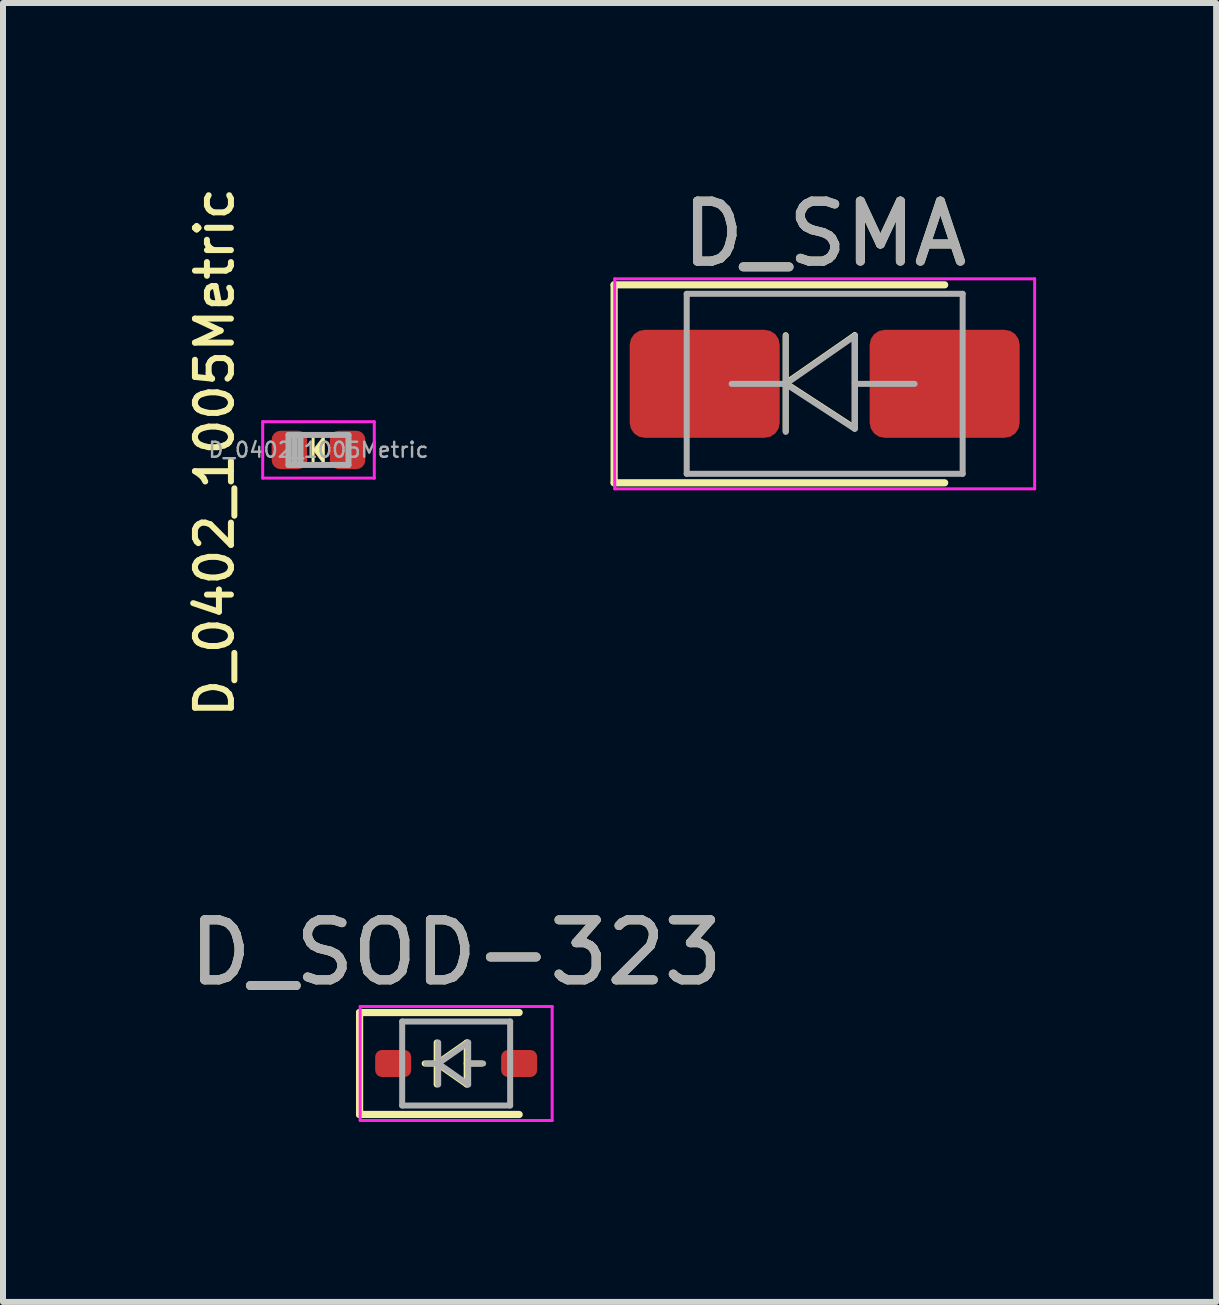
<source format=kicad_pcb>
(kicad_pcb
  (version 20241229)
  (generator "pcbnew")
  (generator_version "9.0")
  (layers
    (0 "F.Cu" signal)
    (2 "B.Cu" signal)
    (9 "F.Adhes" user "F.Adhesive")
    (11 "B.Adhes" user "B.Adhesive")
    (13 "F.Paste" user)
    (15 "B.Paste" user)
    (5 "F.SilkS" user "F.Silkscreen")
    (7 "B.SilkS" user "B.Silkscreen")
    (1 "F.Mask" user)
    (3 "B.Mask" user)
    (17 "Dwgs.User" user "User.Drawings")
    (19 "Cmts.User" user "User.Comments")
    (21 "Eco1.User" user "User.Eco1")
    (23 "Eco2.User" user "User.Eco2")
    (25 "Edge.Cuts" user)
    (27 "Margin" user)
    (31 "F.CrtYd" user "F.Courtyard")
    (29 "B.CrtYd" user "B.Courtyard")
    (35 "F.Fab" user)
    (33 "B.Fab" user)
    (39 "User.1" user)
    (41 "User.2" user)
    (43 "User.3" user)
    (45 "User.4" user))
  (footprint "D_0402_1005Metric"
    (layer "F.Cu")
    (at 2.259 4.45)
    (property "Reference" "D_0402_1005Metric" (at -1.732 0.04 90) (layer "F.SilkS") (effects (font (size 0.6 0.6) (thickness 0.1) (bold yes))))
    (attr smd)
    (fp_line (start -0.09 -0.25) (end -0.09 0.25) (stroke (width 0.05) (type default)) (layer "F.SilkS"))
    (fp_poly (pts (xy 0.1 -0.25) (xy -0.09 0) (xy 0.1 0.25)) (stroke (width 0.01) (type solid)) (fill yes) (layer "F.SilkS"))
    (fp_line (start -0.93 -0.47) (end 0.93 -0.47) (stroke (width 0.05) (type solid)) (layer "F.CrtYd"))
    (fp_line (start -0.93 0.47) (end -0.93 -0.47) (stroke (width 0.05) (type solid)) (layer "F.CrtYd"))
    (fp_line (start 0.93 -0.47) (end 0.93 0.47) (stroke (width 0.05) (type solid)) (layer "F.CrtYd"))
    (fp_line (start 0.93 0.47) (end -0.93 0.47) (stroke (width 0.05) (type solid)) (layer "F.CrtYd"))
    (fp_line (start -0.5 -0.25) (end 0.5 -0.25) (stroke (width 0.1) (type solid)) (layer "F.Fab"))
    (fp_line (start -0.5 0.25) (end -0.5 -0.25) (stroke (width 0.1) (type solid)) (layer "F.Fab"))
    (fp_line (start -0.4 0.25) (end -0.4 -0.25) (stroke (width 0.1) (type solid)) (layer "F.Fab"))
    (fp_line (start -0.3 0.25) (end -0.3 -0.25) (stroke (width 0.1) (type solid)) (layer "F.Fab"))
    (fp_line (start 0.5 -0.25) (end 0.5 0.25) (stroke (width 0.1) (type solid)) (layer "F.Fab"))
    (fp_line (start 0.5 0.25) (end -0.5 0.25) (stroke (width 0.1) (type solid)) (layer "F.Fab"))
    (fp_text user "${REFERENCE}" (at 0 0 0) (layer "F.Fab") (effects (font (size 0.25 0.25) (thickness 0.04))))
    (pad "1" smd roundrect (at -0.485 0) (size 0.59 0.64) (layers "F.Cu" "F.Mask" "F.Paste") (roundrect_rratio 0.25))
    (pad "2" smd roundrect (at 0.485 0) (size 0.59 0.64) (layers "F.Cu" "F.Mask" "F.Paste") (roundrect_rratio 0.25)))
  (footprint "D_SMA"
    (layer "F.Cu")
    (at 10.697 3.348)
    (property "Reference" "D_SMA" (at 0 -2.5 0) (layer "F.SilkS") (effects (font (size 1 1) (thickness 0.15))))
    (attr smd)
    (fp_line (start -3.51 -1.65) (end -3.51 1.65) (stroke (width 0.12) (type solid)) (layer "F.SilkS"))
    (fp_line (start -3.51 -1.65) (end 2 -1.65) (stroke (width 0.12) (type solid)) (layer "F.SilkS"))
    (fp_line (start -3.51 1.65) (end 2 1.65) (stroke (width 0.12) (type solid)) (layer "F.SilkS"))
    (fp_line (start -0.65 -0.81) (end -0.65 0.79) (stroke (width 0.1) (type solid)) (layer "F.SilkS"))
    (fp_line (start -0.65 -0.01) (end 0.501 -0.81) (stroke (width 0.1) (type solid)) (layer "F.SilkS"))
    (fp_line (start -0.65 -0.01) (end 0.501 0.739) (stroke (width 0.1) (type solid)) (layer "F.SilkS"))
    (fp_line (start 0.501 0.739) (end 0.501 -0.81) (stroke (width 0.1) (type solid)) (layer "F.SilkS"))
    (fp_line (start -3.5 -1.75) (end 3.5 -1.75) (stroke (width 0.05) (type solid)) (layer "F.CrtYd"))
    (fp_line (start -3.5 1.75) (end -3.5 -1.75) (stroke (width 0.05) (type solid)) (layer "F.CrtYd"))
    (fp_line (start 3.5 -1.75) (end 3.5 1.75) (stroke (width 0.05) (type solid)) (layer "F.CrtYd"))
    (fp_line (start 3.5 1.75) (end -3.5 1.75) (stroke (width 0.05) (type solid)) (layer "F.CrtYd"))
    (fp_line (start -2.3 1.5) (end -2.3 -1.5) (stroke (width 0.1) (type solid)) (layer "F.Fab"))
    (fp_line (start -0.649 -0.799) (end -0.649 0.801) (stroke (width 0.1) (type solid)) (layer "F.Fab"))
    (fp_line (start -0.649 0.001) (end -1.551 0.001) (stroke (width 0.1) (type solid)) (layer "F.Fab"))
    (fp_line (start -0.649 0.001) (end 0.501 -0.799) (stroke (width 0.1) (type solid)) (layer "F.Fab"))
    (fp_line (start -0.649 0.001) (end 0.501 0.75) (stroke (width 0.1) (type solid)) (layer "F.Fab"))
    (fp_line (start 0.501 0.001) (end 1.499 0.001) (stroke (width 0.1) (type solid)) (layer "F.Fab"))
    (fp_line (start 0.501 0.75) (end 0.501 -0.799) (stroke (width 0.1) (type solid)) (layer "F.Fab"))
    (fp_line (start 2.3 -1.5) (end -2.3 -1.5) (stroke (width 0.1) (type solid)) (layer "F.Fab"))
    (fp_line (start 2.3 -1.5) (end 2.3 1.5) (stroke (width 0.1) (type solid)) (layer "F.Fab"))
    (fp_line (start 2.3 1.5) (end -2.3 1.5) (stroke (width 0.1) (type solid)) (layer "F.Fab"))
    (fp_text user "${REFERENCE}" (at 0 -2.5 0) (layer "F.Fab") (effects (font (size 1 1) (thickness 0.15))))
    (pad "1" smd roundrect (at -2 0) (size 2.5 1.8) (layers "F.Cu" "F.Mask" "F.Paste") (roundrect_rratio 0.139))
    (pad "2" smd roundrect (at 2 0) (size 2.5 1.8) (layers "F.Cu" "F.Mask" "F.Paste") (roundrect_rratio 0.139)))
  (footprint "D_SOD-323"
    (layer "F.Cu")
    (at 4.554 14.678)
    (property "Reference" "D_SOD-323" (at 0 -1.85 0) (layer "F.SilkS") (effects (font (size 1 1) (thickness 0.15))))
    (attr smd)
    (fp_line (start -1.61 -0.85) (end -1.61 0.85) (stroke (width 0.12) (type solid)) (layer "F.SilkS"))
    (fp_line (start -1.61 -0.85) (end 1.05 -0.85) (stroke (width 0.12) (type solid)) (layer "F.SilkS"))
    (fp_line (start -1.61 0.85) (end 1.05 0.85) (stroke (width 0.12) (type solid)) (layer "F.SilkS"))
    (fp_line (start -0.325 -0.35) (end -0.325 0.35) (stroke (width 0.1) (type solid)) (layer "F.SilkS"))
    (fp_line (start -0.325 0) (end -0.525 0) (stroke (width 0.1) (type solid)) (layer "F.SilkS"))
    (fp_line (start -0.325 0) (end 0.175 -0.35) (stroke (width 0.1) (type solid)) (layer "F.SilkS"))
    (fp_line (start 0.175 -0.35) (end 0.175 0.35) (stroke (width 0.1) (type solid)) (layer "F.SilkS"))
    (fp_line (start 0.175 0) (end 0.425 0) (stroke (width 0.1) (type solid)) (layer "F.SilkS"))
    (fp_line (start 0.175 0.35) (end -0.325 0) (stroke (width 0.1) (type solid)) (layer "F.SilkS"))
    (fp_line (start -1.6 -0.95) (end -1.6 0.95) (stroke (width 0.05) (type solid)) (layer "F.CrtYd"))
    (fp_line (start -1.6 -0.95) (end 1.6 -0.95) (stroke (width 0.05) (type solid)) (layer "F.CrtYd"))
    (fp_line (start -1.6 0.95) (end 1.6 0.95) (stroke (width 0.05) (type solid)) (layer "F.CrtYd"))
    (fp_line (start 1.6 -0.95) (end 1.6 0.95) (stroke (width 0.05) (type solid)) (layer "F.CrtYd"))
    (fp_line (start -0.9 -0.7) (end 0.9 -0.7) (stroke (width 0.1) (type solid)) (layer "F.Fab"))
    (fp_line (start -0.9 0.7) (end -0.9 -0.7) (stroke (width 0.1) (type solid)) (layer "F.Fab"))
    (fp_line (start -0.3 -0.35) (end -0.3 0.35) (stroke (width 0.1) (type solid)) (layer "F.Fab"))
    (fp_line (start -0.3 0) (end -0.5 0) (stroke (width 0.1) (type solid)) (layer "F.Fab"))
    (fp_line (start -0.3 0) (end 0.2 -0.35) (stroke (width 0.1) (type solid)) (layer "F.Fab"))
    (fp_line (start 0.2 -0.35) (end 0.2 0.35) (stroke (width 0.1) (type solid)) (layer "F.Fab"))
    (fp_line (start 0.2 0) (end 0.45 0) (stroke (width 0.1) (type solid)) (layer "F.Fab"))
    (fp_line (start 0.2 0.35) (end -0.3 0) (stroke (width 0.1) (type solid)) (layer "F.Fab"))
    (fp_line (start 0.9 -0.7) (end 0.9 0.7) (stroke (width 0.1) (type solid)) (layer "F.Fab"))
    (fp_line (start 0.9 0.7) (end -0.9 0.7) (stroke (width 0.1) (type solid)) (layer "F.Fab"))
    (fp_text user "${REFERENCE}" (at 0 -1.85 0) (layer "F.Fab") (effects (font (size 1 1) (thickness 0.15))))
    (pad "1" smd roundrect (at -1.05 0) (size 0.6 0.45) (layers "F.Cu" "F.Mask" "F.Paste") (roundrect_rratio 0.25))
    (pad "2" smd roundrect (at 1.05 0) (size 0.6 0.45) (layers "F.Cu" "F.Mask" "F.Paste") (roundrect_rratio 0.25)))
  (gr_rect
    (start -3 -3)
    (end 17.222 18.653)
    (stroke (width 0.1) (type default))
    (fill no)
    (layer "Edge.Cuts")))
</source>
